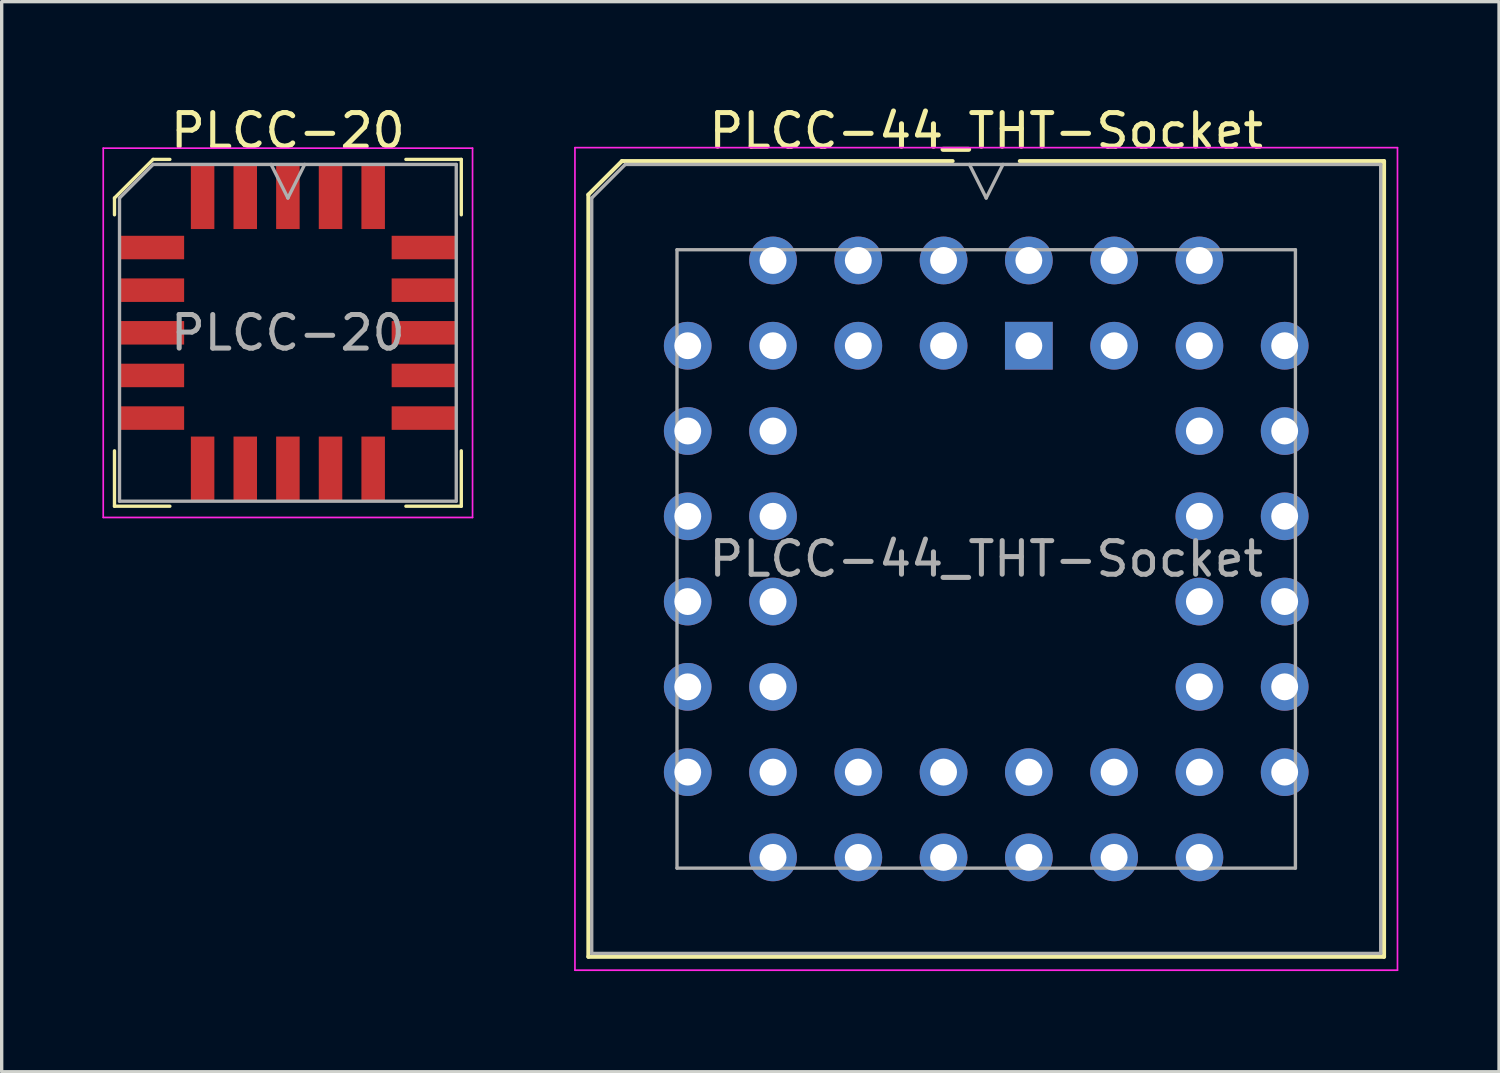
<source format=kicad_pcb>
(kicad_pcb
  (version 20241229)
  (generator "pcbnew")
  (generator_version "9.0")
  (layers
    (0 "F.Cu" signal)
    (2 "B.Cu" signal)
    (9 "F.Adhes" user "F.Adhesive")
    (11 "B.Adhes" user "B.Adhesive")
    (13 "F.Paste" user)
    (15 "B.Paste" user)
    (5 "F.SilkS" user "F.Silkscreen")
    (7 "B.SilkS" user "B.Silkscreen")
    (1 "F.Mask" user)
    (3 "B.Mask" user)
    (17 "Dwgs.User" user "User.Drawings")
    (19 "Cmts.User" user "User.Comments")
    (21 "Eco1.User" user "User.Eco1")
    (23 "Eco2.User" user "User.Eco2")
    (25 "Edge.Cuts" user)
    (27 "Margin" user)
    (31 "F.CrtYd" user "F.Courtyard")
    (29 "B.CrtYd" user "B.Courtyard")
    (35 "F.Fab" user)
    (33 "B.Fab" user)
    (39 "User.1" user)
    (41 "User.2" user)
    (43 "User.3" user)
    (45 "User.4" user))
  (footprint "PLCC-44_THT-Socket"
    (layer "F.Cu")
    (at 27.595 7.248)
    (property "Reference" "PLCC-44_THT-Socket" (at -1.27 -6.4 0) (layer "F.SilkS") (effects (font (size 1 1) (thickness 0.15))))
    (attr through_hole)
    (fp_line (start -13.12 -4.5) (end -13.12 18.2) (stroke (width 0.12) (type solid)) (layer "F.SilkS"))
    (fp_line (start -13.12 18.2) (end 10.58 18.2) (stroke (width 0.12) (type solid)) (layer "F.SilkS"))
    (fp_line (start -12.12 -5.5) (end -13.12 -4.5) (stroke (width 0.12) (type solid)) (layer "F.SilkS"))
    (fp_line (start -2.27 -5.5) (end -12.12 -5.5) (stroke (width 0.12) (type solid)) (layer "F.SilkS"))
    (fp_line (start 10.58 -5.5) (end -0.27 -5.5) (stroke (width 0.12) (type solid)) (layer "F.SilkS"))
    (fp_line (start 10.58 18.2) (end 10.58 -5.5) (stroke (width 0.12) (type solid)) (layer "F.SilkS"))
    (fp_line (start -13.52 -5.9) (end -13.52 18.6) (stroke (width 0.05) (type solid)) (layer "F.CrtYd"))
    (fp_line (start -13.52 18.6) (end 10.98 18.6) (stroke (width 0.05) (type solid)) (layer "F.CrtYd"))
    (fp_line (start 10.98 -5.9) (end -13.52 -5.9) (stroke (width 0.05) (type solid)) (layer "F.CrtYd"))
    (fp_line (start 10.98 18.6) (end 10.98 -5.9) (stroke (width 0.05) (type solid)) (layer "F.CrtYd"))
    (fp_line (start -13.02 -4.4) (end -13.02 18.1) (stroke (width 0.1) (type solid)) (layer "F.Fab"))
    (fp_line (start -13.02 18.1) (end 10.48 18.1) (stroke (width 0.1) (type solid)) (layer "F.Fab"))
    (fp_line (start -12.02 -5.4) (end -13.02 -4.4) (stroke (width 0.1) (type solid)) (layer "F.Fab"))
    (fp_line (start -10.48 -2.86) (end -10.48 15.56) (stroke (width 0.1) (type solid)) (layer "F.Fab"))
    (fp_line (start -10.48 15.56) (end 7.94 15.56) (stroke (width 0.1) (type solid)) (layer "F.Fab"))
    (fp_line (start -1.77 -5.4) (end -1.27 -4.4) (stroke (width 0.1) (type solid)) (layer "F.Fab"))
    (fp_line (start -1.27 -4.4) (end -0.77 -5.4) (stroke (width 0.1) (type solid)) (layer "F.Fab"))
    (fp_line (start 7.94 -2.86) (end -10.48 -2.86) (stroke (width 0.1) (type solid)) (layer "F.Fab"))
    (fp_line (start 7.94 15.56) (end 7.94 -2.86) (stroke (width 0.1) (type solid)) (layer "F.Fab"))
    (fp_line (start 10.48 -5.4) (end -12.02 -5.4) (stroke (width 0.1) (type solid)) (layer "F.Fab"))
    (fp_line (start 10.48 18.1) (end 10.48 -5.4) (stroke (width 0.1) (type solid)) (layer "F.Fab"))
    (fp_text user "${REFERENCE}" (at -1.27 6.35 0) (layer "F.Fab") (effects (font (size 1 1) (thickness 0.15))))
    (pad "1" thru_hole rect (at 0 0) (size 1.422 1.422) (drill 0.8) (layers "*.Cu" "*.Mask"))
    (pad "2" thru_hole circle (at -2.54 -2.54) (size 1.422 1.422) (drill 0.8) (layers "*.Cu" "*.Mask"))
    (pad "3" thru_hole circle (at -2.54 0) (size 1.422 1.422) (drill 0.8) (layers "*.Cu" "*.Mask"))
    (pad "4" thru_hole circle (at -5.08 -2.54) (size 1.422 1.422) (drill 0.8) (layers "*.Cu" "*.Mask"))
    (pad "5" thru_hole circle (at -5.08 0) (size 1.422 1.422) (drill 0.8) (layers "*.Cu" "*.Mask"))
    (pad "6" thru_hole circle (at -7.62 -2.54) (size 1.422 1.422) (drill 0.8) (layers "*.Cu" "*.Mask"))
    (pad "7" thru_hole circle (at -10.16 0) (size 1.422 1.422) (drill 0.8) (layers "*.Cu" "*.Mask"))
    (pad "8" thru_hole circle (at -7.62 0) (size 1.422 1.422) (drill 0.8) (layers "*.Cu" "*.Mask"))
    (pad "9" thru_hole circle (at -10.16 2.54) (size 1.422 1.422) (drill 0.8) (layers "*.Cu" "*.Mask"))
    (pad "10" thru_hole circle (at -7.62 2.54) (size 1.422 1.422) (drill 0.8) (layers "*.Cu" "*.Mask"))
    (pad "11" thru_hole circle (at -10.16 5.08) (size 1.422 1.422) (drill 0.8) (layers "*.Cu" "*.Mask"))
    (pad "12" thru_hole circle (at -7.62 5.08) (size 1.422 1.422) (drill 0.8) (layers "*.Cu" "*.Mask"))
    (pad "13" thru_hole circle (at -10.16 7.62) (size 1.422 1.422) (drill 0.8) (layers "*.Cu" "*.Mask"))
    (pad "14" thru_hole circle (at -7.62 7.62) (size 1.422 1.422) (drill 0.8) (layers "*.Cu" "*.Mask"))
    (pad "15" thru_hole circle (at -10.16 10.16) (size 1.422 1.422) (drill 0.8) (layers "*.Cu" "*.Mask"))
    (pad "16" thru_hole circle (at -7.62 10.16) (size 1.422 1.422) (drill 0.8) (layers "*.Cu" "*.Mask"))
    (pad "17" thru_hole circle (at -10.16 12.7) (size 1.422 1.422) (drill 0.8) (layers "*.Cu" "*.Mask"))
    (pad "18" thru_hole circle (at -7.62 15.24) (size 1.422 1.422) (drill 0.8) (layers "*.Cu" "*.Mask"))
    (pad "19" thru_hole circle (at -7.62 12.7) (size 1.422 1.422) (drill 0.8) (layers "*.Cu" "*.Mask"))
    (pad "20" thru_hole circle (at -5.08 15.24) (size 1.422 1.422) (drill 0.8) (layers "*.Cu" "*.Mask"))
    (pad "21" thru_hole circle (at -5.08 12.7) (size 1.422 1.422) (drill 0.8) (layers "*.Cu" "*.Mask"))
    (pad "22" thru_hole circle (at -2.54 15.24) (size 1.422 1.422) (drill 0.8) (layers "*.Cu" "*.Mask"))
    (pad "23" thru_hole circle (at -2.54 12.7) (size 1.422 1.422) (drill 0.8) (layers "*.Cu" "*.Mask"))
    (pad "24" thru_hole circle (at 0 15.24) (size 1.422 1.422) (drill 0.8) (layers "*.Cu" "*.Mask"))
    (pad "25" thru_hole circle (at 0 12.7) (size 1.422 1.422) (drill 0.8) (layers "*.Cu" "*.Mask"))
    (pad "26" thru_hole circle (at 2.54 15.24) (size 1.422 1.422) (drill 0.8) (layers "*.Cu" "*.Mask"))
    (pad "27" thru_hole circle (at 2.54 12.7) (size 1.422 1.422) (drill 0.8) (layers "*.Cu" "*.Mask"))
    (pad "28" thru_hole circle (at 5.08 15.24) (size 1.422 1.422) (drill 0.8) (layers "*.Cu" "*.Mask"))
    (pad "29" thru_hole circle (at 7.62 12.7) (size 1.422 1.422) (drill 0.8) (layers "*.Cu" "*.Mask"))
    (pad "30" thru_hole circle (at 5.08 12.7) (size 1.422 1.422) (drill 0.8) (layers "*.Cu" "*.Mask"))
    (pad "31" thru_hole circle (at 7.62 10.16) (size 1.422 1.422) (drill 0.8) (layers "*.Cu" "*.Mask"))
    (pad "32" thru_hole circle (at 5.08 10.16) (size 1.422 1.422) (drill 0.8) (layers "*.Cu" "*.Mask"))
    (pad "33" thru_hole circle (at 7.62 7.62) (size 1.422 1.422) (drill 0.8) (layers "*.Cu" "*.Mask"))
    (pad "34" thru_hole circle (at 5.08 7.62) (size 1.422 1.422) (drill 0.8) (layers "*.Cu" "*.Mask"))
    (pad "35" thru_hole circle (at 7.62 5.08) (size 1.422 1.422) (drill 0.8) (layers "*.Cu" "*.Mask"))
    (pad "36" thru_hole circle (at 5.08 5.08) (size 1.422 1.422) (drill 0.8) (layers "*.Cu" "*.Mask"))
    (pad "37" thru_hole circle (at 7.62 2.54) (size 1.422 1.422) (drill 0.8) (layers "*.Cu" "*.Mask"))
    (pad "38" thru_hole circle (at 5.08 2.54) (size 1.422 1.422) (drill 0.8) (layers "*.Cu" "*.Mask"))
    (pad "39" thru_hole circle (at 7.62 0) (size 1.422 1.422) (drill 0.8) (layers "*.Cu" "*.Mask"))
    (pad "40" thru_hole circle (at 5.08 -2.54) (size 1.422 1.422) (drill 0.8) (layers "*.Cu" "*.Mask"))
    (pad "41" thru_hole circle (at 5.08 0) (size 1.422 1.422) (drill 0.8) (layers "*.Cu" "*.Mask"))
    (pad "42" thru_hole circle (at 2.54 -2.54) (size 1.422 1.422) (drill 0.8) (layers "*.Cu" "*.Mask"))
    (pad "43" thru_hole circle (at 2.54 0) (size 1.422 1.422) (drill 0.8) (layers "*.Cu" "*.Mask"))
    (pad "44" thru_hole circle (at 0 -2.54) (size 1.422 1.422) (drill 0.8) (layers "*.Cu" "*.Mask")))
  (footprint "PLCC-20"
    (layer "F.Cu")
    (at 5.525 6.863)
    (property "Reference" "PLCC-20" (at 0 -6.015 0) (layer "F.SilkS") (effects (font (size 1 1) (thickness 0.15))))
    (attr smd)
    (fp_line (start -5.165 -4.015) (end -5.165 -3.515) (stroke (width 0.1) (type solid)) (layer "F.SilkS"))
    (fp_line (start -5.165 5.165) (end -5.165 3.515) (stroke (width 0.1) (type solid)) (layer "F.SilkS"))
    (fp_line (start -4.015 -5.165) (end -5.165 -4.015) (stroke (width 0.1) (type solid)) (layer "F.SilkS"))
    (fp_line (start -3.515 -5.165) (end -4.015 -5.165) (stroke (width 0.1) (type solid)) (layer "F.SilkS"))
    (fp_line (start -3.515 5.165) (end -5.165 5.165) (stroke (width 0.1) (type solid)) (layer "F.SilkS"))
    (fp_line (start 3.515 -5.165) (end 5.165 -5.165) (stroke (width 0.1) (type solid)) (layer "F.SilkS"))
    (fp_line (start 3.515 5.165) (end 5.165 5.165) (stroke (width 0.1) (type solid)) (layer "F.SilkS"))
    (fp_line (start 5.165 -5.165) (end 5.165 -3.515) (stroke (width 0.1) (type solid)) (layer "F.SilkS"))
    (fp_line (start 5.165 5.165) (end 5.165 3.515) (stroke (width 0.1) (type solid)) (layer "F.SilkS"))
    (fp_line (start -5.5 -5.5) (end -5.5 5.5) (stroke (width 0.05) (type solid)) (layer "F.CrtYd"))
    (fp_line (start -5.5 5.5) (end 5.5 5.5) (stroke (width 0.05) (type solid)) (layer "F.CrtYd"))
    (fp_line (start 5.5 -5.5) (end -5.5 -5.5) (stroke (width 0.05) (type solid)) (layer "F.CrtYd"))
    (fp_line (start 5.5 5.5) (end 5.5 -5.5) (stroke (width 0.05) (type solid)) (layer "F.CrtYd"))
    (fp_line (start -5.015 -4.015) (end -5.015 5.015) (stroke (width 0.1) (type solid)) (layer "F.Fab"))
    (fp_line (start -5.015 5.015) (end 5.015 5.015) (stroke (width 0.1) (type solid)) (layer "F.Fab"))
    (fp_line (start -4.015 -5.015) (end -5.015 -4.015) (stroke (width 0.1) (type solid)) (layer "F.Fab"))
    (fp_line (start -0.5 -5.015) (end 0 -4.015) (stroke (width 0.1) (type solid)) (layer "F.Fab"))
    (fp_line (start 0 -4.015) (end 0.5 -5.015) (stroke (width 0.1) (type solid)) (layer "F.Fab"))
    (fp_line (start 5.015 -5.015) (end -4.015 -5.015) (stroke (width 0.1) (type solid)) (layer "F.Fab"))
    (fp_line (start 5.015 5.015) (end 5.015 -5.015) (stroke (width 0.1) (type solid)) (layer "F.Fab"))
    (fp_text user "${REFERENCE}" (at 0 0 0) (layer "F.Fab") (effects (font (size 1 1) (thickness 0.15))))
    (pad "1" smd rect (at 0 -4.053) (size 0.7 1.925) (layers "F.Cu" "F.Mask" "F.Paste"))
    (pad "2" smd rect (at -1.27 -4.053) (size 0.7 1.925) (layers "F.Cu" "F.Mask" "F.Paste"))
    (pad "3" smd rect (at -2.54 -4.053) (size 0.7 1.925) (layers "F.Cu" "F.Mask" "F.Paste"))
    (pad "4" smd rect (at -4.053 -2.54) (size 1.925 0.7) (layers "F.Cu" "F.Mask" "F.Paste"))
    (pad "5" smd rect (at -4.053 -1.27) (size 1.925 0.7) (layers "F.Cu" "F.Mask" "F.Paste"))
    (pad "6" smd rect (at -4.053 0) (size 1.925 0.7) (layers "F.Cu" "F.Mask" "F.Paste"))
    (pad "7" smd rect (at -4.053 1.27) (size 1.925 0.7) (layers "F.Cu" "F.Mask" "F.Paste"))
    (pad "8" smd rect (at -4.053 2.54) (size 1.925 0.7) (layers "F.Cu" "F.Mask" "F.Paste"))
    (pad "9" smd rect (at -2.54 4.053) (size 0.7 1.925) (layers "F.Cu" "F.Mask" "F.Paste"))
    (pad "10" smd rect (at -1.27 4.053) (size 0.7 1.925) (layers "F.Cu" "F.Mask" "F.Paste"))
    (pad "11" smd rect (at 0 4.053) (size 0.7 1.925) (layers "F.Cu" "F.Mask" "F.Paste"))
    (pad "12" smd rect (at 1.27 4.053) (size 0.7 1.925) (layers "F.Cu" "F.Mask" "F.Paste"))
    (pad "13" smd rect (at 2.54 4.053) (size 0.7 1.925) (layers "F.Cu" "F.Mask" "F.Paste"))
    (pad "14" smd rect (at 4.053 2.54) (size 1.925 0.7) (layers "F.Cu" "F.Mask" "F.Paste"))
    (pad "15" smd rect (at 4.053 1.27) (size 1.925 0.7) (layers "F.Cu" "F.Mask" "F.Paste"))
    (pad "16" smd rect (at 4.053 0) (size 1.925 0.7) (layers "F.Cu" "F.Mask" "F.Paste"))
    (pad "17" smd rect (at 4.053 -1.27) (size 1.925 0.7) (layers "F.Cu" "F.Mask" "F.Paste"))
    (pad "18" smd rect (at 4.053 -2.54) (size 1.925 0.7) (layers "F.Cu" "F.Mask" "F.Paste"))
    (pad "19" smd rect (at 2.54 -4.053) (size 0.7 1.925) (layers "F.Cu" "F.Mask" "F.Paste"))
    (pad "20" smd rect (at 1.27 -4.053) (size 0.7 1.925) (layers "F.Cu" "F.Mask" "F.Paste")))
  (gr_rect
    (start -3 -3)
    (end 41.6 28.873)
    (stroke (width 0.1) (type default))
    (fill no)
    (layer "Edge.Cuts")))
</source>
